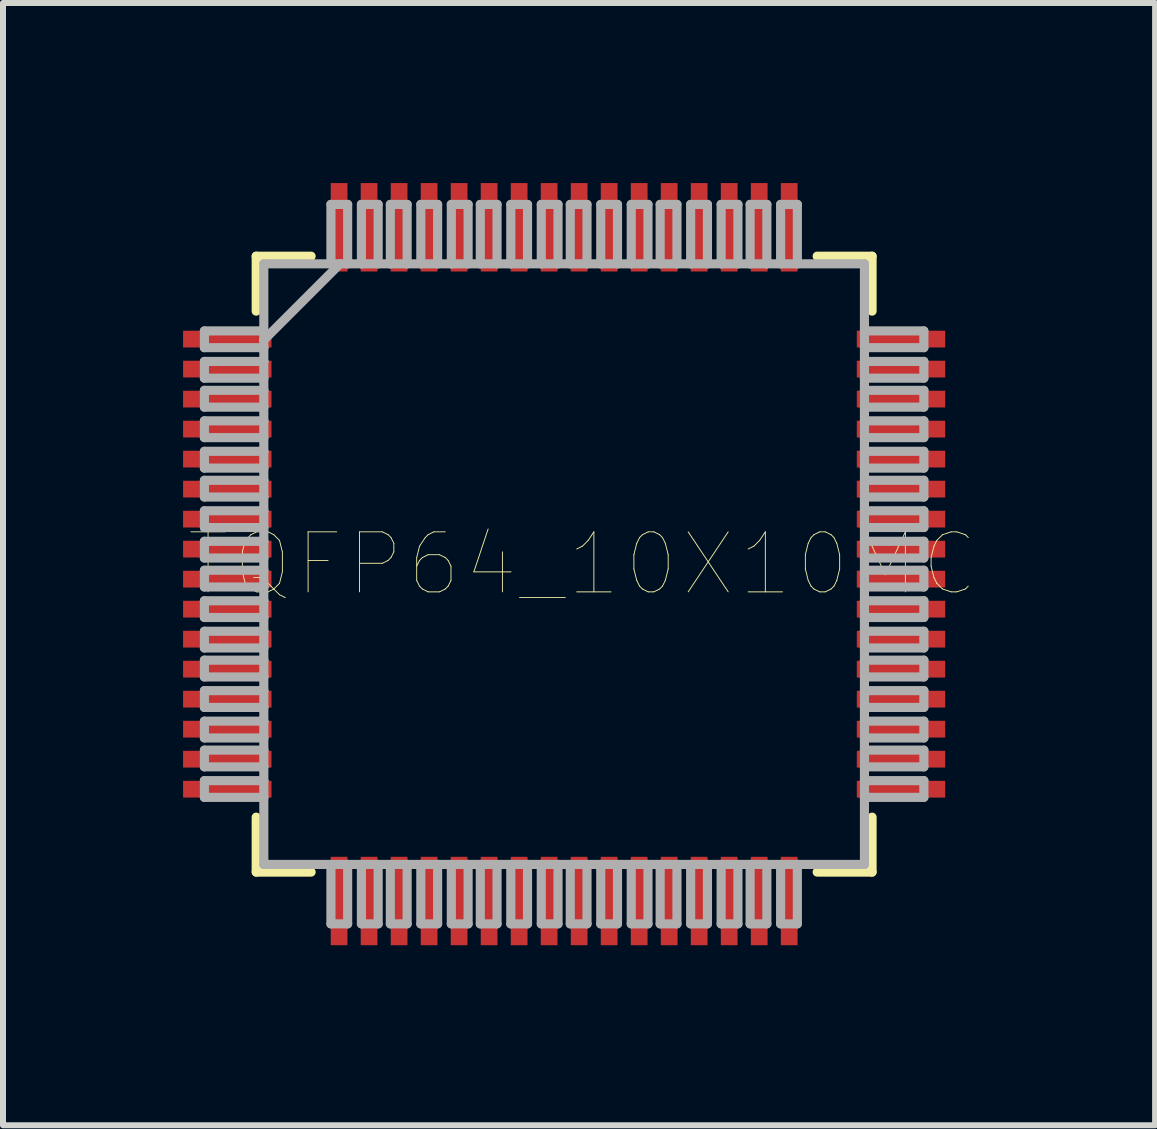
<source format=kicad_pcb>
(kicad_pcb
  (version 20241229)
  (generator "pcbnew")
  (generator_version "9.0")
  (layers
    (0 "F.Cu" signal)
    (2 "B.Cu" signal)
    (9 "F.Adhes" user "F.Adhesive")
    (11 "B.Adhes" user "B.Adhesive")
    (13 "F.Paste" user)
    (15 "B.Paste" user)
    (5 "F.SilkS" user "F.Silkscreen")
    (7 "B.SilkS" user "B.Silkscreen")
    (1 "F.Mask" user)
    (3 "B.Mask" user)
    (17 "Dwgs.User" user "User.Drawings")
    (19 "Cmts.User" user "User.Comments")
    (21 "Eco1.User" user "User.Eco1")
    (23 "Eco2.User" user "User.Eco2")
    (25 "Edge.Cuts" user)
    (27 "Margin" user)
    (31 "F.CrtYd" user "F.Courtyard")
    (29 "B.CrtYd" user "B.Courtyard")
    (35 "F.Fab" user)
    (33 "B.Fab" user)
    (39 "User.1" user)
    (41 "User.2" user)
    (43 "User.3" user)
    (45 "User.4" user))
  (footprint "TQFP64_10X10MC"
    (layer "F.Cu")
    (at 6.35 6.35)
    (property "Reference" "TQFP64_10X10MC" (at 0.305 -0.000001 0) (layer "F.SilkS") (effects (font (size 1 1) (thickness 0.015))))
    (attr through_hole)
    (fp_line (start -5.131 -5.131) (end -5.131 -4.216) (stroke (width 0.152) (type solid)) (layer "F.SilkS"))
    (fp_line (start -5.131 4.216) (end -5.131 5.131) (stroke (width 0.152) (type solid)) (layer "F.SilkS"))
    (fp_line (start -5.131 5.131) (end -4.216 5.131) (stroke (width 0.152) (type solid)) (layer "F.SilkS"))
    (fp_line (start -4.216 -5.131) (end -5.131 -5.131) (stroke (width 0.152) (type solid)) (layer "F.SilkS"))
    (fp_line (start 4.216 5.131) (end 5.131 5.131) (stroke (width 0.152) (type solid)) (layer "F.SilkS"))
    (fp_line (start 5.131 -5.131) (end 4.216 -5.131) (stroke (width 0.152) (type solid)) (layer "F.SilkS"))
    (fp_line (start 5.131 -4.216) (end 5.131 -5.131) (stroke (width 0.152) (type solid)) (layer "F.SilkS"))
    (fp_line (start 5.131 5.131) (end 5.131 4.216) (stroke (width 0.152) (type solid)) (layer "F.SilkS"))
    (fp_line (start -5.994 -3.886) (end -5.994 -3.607) (stroke (width 0.152) (type solid)) (layer "F.Fab"))
    (fp_line (start -5.994 -3.607) (end -5.004 -3.607) (stroke (width 0.152) (type solid)) (layer "F.Fab"))
    (fp_line (start -5.994 -3.378) (end -5.994 -3.099) (stroke (width 0.152) (type solid)) (layer "F.Fab"))
    (fp_line (start -5.994 -3.099) (end -5.004 -3.099) (stroke (width 0.152) (type solid)) (layer "F.Fab"))
    (fp_line (start -5.994 -2.896) (end -5.994 -2.616) (stroke (width 0.152) (type solid)) (layer "F.Fab"))
    (fp_line (start -5.994 -2.616) (end -5.004 -2.616) (stroke (width 0.152) (type solid)) (layer "F.Fab"))
    (fp_line (start -5.994 -2.388) (end -5.994 -2.108) (stroke (width 0.152) (type solid)) (layer "F.Fab"))
    (fp_line (start -5.994 -2.108) (end -5.004 -2.108) (stroke (width 0.152) (type solid)) (layer "F.Fab"))
    (fp_line (start -5.994 -1.88) (end -5.994 -1.6) (stroke (width 0.152) (type solid)) (layer "F.Fab"))
    (fp_line (start -5.994 -1.6) (end -5.004 -1.6) (stroke (width 0.152) (type solid)) (layer "F.Fab"))
    (fp_line (start -5.994 -1.397) (end -5.994 -1.118) (stroke (width 0.152) (type solid)) (layer "F.Fab"))
    (fp_line (start -5.994 -1.118) (end -5.004 -1.118) (stroke (width 0.152) (type solid)) (layer "F.Fab"))
    (fp_line (start -5.994 -0.889) (end -5.994 -0.61) (stroke (width 0.152) (type solid)) (layer "F.Fab"))
    (fp_line (start -5.994 -0.61) (end -5.004 -0.61) (stroke (width 0.152) (type solid)) (layer "F.Fab"))
    (fp_line (start -5.994 -0.381) (end -5.994 -0.102) (stroke (width 0.152) (type solid)) (layer "F.Fab"))
    (fp_line (start -5.994 -0.102) (end -5.004 -0.102) (stroke (width 0.152) (type solid)) (layer "F.Fab"))
    (fp_line (start -5.994 0.102) (end -5.994 0.381) (stroke (width 0.152) (type solid)) (layer "F.Fab"))
    (fp_line (start -5.994 0.381) (end -5.004 0.381) (stroke (width 0.152) (type solid)) (layer "F.Fab"))
    (fp_line (start -5.994 0.61) (end -5.994 0.889) (stroke (width 0.152) (type solid)) (layer "F.Fab"))
    (fp_line (start -5.994 0.889) (end -5.004 0.889) (stroke (width 0.152) (type solid)) (layer "F.Fab"))
    (fp_line (start -5.994 1.118) (end -5.994 1.397) (stroke (width 0.152) (type solid)) (layer "F.Fab"))
    (fp_line (start -5.994 1.397) (end -5.004 1.397) (stroke (width 0.152) (type solid)) (layer "F.Fab"))
    (fp_line (start -5.994 1.6) (end -5.994 1.88) (stroke (width 0.152) (type solid)) (layer "F.Fab"))
    (fp_line (start -5.994 1.88) (end -5.004 1.88) (stroke (width 0.152) (type solid)) (layer "F.Fab"))
    (fp_line (start -5.994 2.108) (end -5.994 2.388) (stroke (width 0.152) (type solid)) (layer "F.Fab"))
    (fp_line (start -5.994 2.388) (end -5.004 2.388) (stroke (width 0.152) (type solid)) (layer "F.Fab"))
    (fp_line (start -5.994 2.616) (end -5.994 2.896) (stroke (width 0.152) (type solid)) (layer "F.Fab"))
    (fp_line (start -5.994 2.896) (end -5.004 2.896) (stroke (width 0.152) (type solid)) (layer "F.Fab"))
    (fp_line (start -5.994 3.099) (end -5.994 3.378) (stroke (width 0.152) (type solid)) (layer "F.Fab"))
    (fp_line (start -5.994 3.378) (end -5.004 3.378) (stroke (width 0.152) (type solid)) (layer "F.Fab"))
    (fp_line (start -5.994 3.607) (end -5.994 3.886) (stroke (width 0.152) (type solid)) (layer "F.Fab"))
    (fp_line (start -5.994 3.886) (end -5.004 3.886) (stroke (width 0.152) (type solid)) (layer "F.Fab"))
    (fp_line (start -5.004 -5.004) (end -5.004 -3.886) (stroke (width 0.152) (type solid)) (layer "F.Fab"))
    (fp_line (start -5.004 -3.886) (end -5.994 -3.886) (stroke (width 0.152) (type solid)) (layer "F.Fab"))
    (fp_line (start -5.004 -3.886) (end -5.004 -3.734) (stroke (width 0.152) (type solid)) (layer "F.Fab"))
    (fp_line (start -5.004 -3.734) (end -5.004 -3.607) (stroke (width 0.152) (type solid)) (layer "F.Fab"))
    (fp_line (start -5.004 -3.734) (end -3.734 -5.004) (stroke (width 0.152) (type solid)) (layer "F.Fab"))
    (fp_line (start -5.004 -3.607) (end -5.004 -3.378) (stroke (width 0.152) (type solid)) (layer "F.Fab"))
    (fp_line (start -5.004 -3.378) (end -5.994 -3.378) (stroke (width 0.152) (type solid)) (layer "F.Fab"))
    (fp_line (start -5.004 -3.378) (end -5.004 -3.099) (stroke (width 0.152) (type solid)) (layer "F.Fab"))
    (fp_line (start -5.004 -3.099) (end -5.004 -2.896) (stroke (width 0.152) (type solid)) (layer "F.Fab"))
    (fp_line (start -5.004 -2.896) (end -5.994 -2.896) (stroke (width 0.152) (type solid)) (layer "F.Fab"))
    (fp_line (start -5.004 -2.896) (end -5.004 -2.616) (stroke (width 0.152) (type solid)) (layer "F.Fab"))
    (fp_line (start -5.004 -2.616) (end -5.004 -2.388) (stroke (width 0.152) (type solid)) (layer "F.Fab"))
    (fp_line (start -5.004 -2.388) (end -5.994 -2.388) (stroke (width 0.152) (type solid)) (layer "F.Fab"))
    (fp_line (start -5.004 -2.388) (end -5.004 -2.108) (stroke (width 0.152) (type solid)) (layer "F.Fab"))
    (fp_line (start -5.004 -2.108) (end -5.004 -1.88) (stroke (width 0.152) (type solid)) (layer "F.Fab"))
    (fp_line (start -5.004 -1.88) (end -5.994 -1.88) (stroke (width 0.152) (type solid)) (layer "F.Fab"))
    (fp_line (start -5.004 -1.88) (end -5.004 -1.6) (stroke (width 0.152) (type solid)) (layer "F.Fab"))
    (fp_line (start -5.004 -1.6) (end -5.004 -1.397) (stroke (width 0.152) (type solid)) (layer "F.Fab"))
    (fp_line (start -5.004 -1.397) (end -5.994 -1.397) (stroke (width 0.152) (type solid)) (layer "F.Fab"))
    (fp_line (start -5.004 -1.397) (end -5.004 -1.118) (stroke (width 0.152) (type solid)) (layer "F.Fab"))
    (fp_line (start -5.004 -1.118) (end -5.004 -0.889) (stroke (width 0.152) (type solid)) (layer "F.Fab"))
    (fp_line (start -5.004 -0.889) (end -5.994 -0.889) (stroke (width 0.152) (type solid)) (layer "F.Fab"))
    (fp_line (start -5.004 -0.889) (end -5.004 -0.61) (stroke (width 0.152) (type solid)) (layer "F.Fab"))
    (fp_line (start -5.004 -0.61) (end -5.004 -0.381) (stroke (width 0.152) (type solid)) (layer "F.Fab"))
    (fp_line (start -5.004 -0.381) (end -5.994 -0.381) (stroke (width 0.152) (type solid)) (layer "F.Fab"))
    (fp_line (start -5.004 -0.381) (end -5.004 -0.102) (stroke (width 0.152) (type solid)) (layer "F.Fab"))
    (fp_line (start -5.004 -0.102) (end -5.004 0.102) (stroke (width 0.152) (type solid)) (layer "F.Fab"))
    (fp_line (start -5.004 0.102) (end -5.994 0.102) (stroke (width 0.152) (type solid)) (layer "F.Fab"))
    (fp_line (start -5.004 0.102) (end -5.004 0.381) (stroke (width 0.152) (type solid)) (layer "F.Fab"))
    (fp_line (start -5.004 0.381) (end -5.004 0.61) (stroke (width 0.152) (type solid)) (layer "F.Fab"))
    (fp_line (start -5.004 0.61) (end -5.994 0.61) (stroke (width 0.152) (type solid)) (layer "F.Fab"))
    (fp_line (start -5.004 0.61) (end -5.004 0.889) (stroke (width 0.152) (type solid)) (layer "F.Fab"))
    (fp_line (start -5.004 0.889) (end -5.004 1.118) (stroke (width 0.152) (type solid)) (layer "F.Fab"))
    (fp_line (start -5.004 1.118) (end -5.994 1.118) (stroke (width 0.152) (type solid)) (layer "F.Fab"))
    (fp_line (start -5.004 1.118) (end -5.004 1.397) (stroke (width 0.152) (type solid)) (layer "F.Fab"))
    (fp_line (start -5.004 1.397) (end -5.004 1.6) (stroke (width 0.152) (type solid)) (layer "F.Fab"))
    (fp_line (start -5.004 1.6) (end -5.994 1.6) (stroke (width 0.152) (type solid)) (layer "F.Fab"))
    (fp_line (start -5.004 1.6) (end -5.004 1.88) (stroke (width 0.152) (type solid)) (layer "F.Fab"))
    (fp_line (start -5.004 1.88) (end -5.004 2.108) (stroke (width 0.152) (type solid)) (layer "F.Fab"))
    (fp_line (start -5.004 2.108) (end -5.994 2.108) (stroke (width 0.152) (type solid)) (layer "F.Fab"))
    (fp_line (start -5.004 2.108) (end -5.004 2.388) (stroke (width 0.152) (type solid)) (layer "F.Fab"))
    (fp_line (start -5.004 2.388) (end -5.004 2.616) (stroke (width 0.152) (type solid)) (layer "F.Fab"))
    (fp_line (start -5.004 2.616) (end -5.994 2.616) (stroke (width 0.152) (type solid)) (layer "F.Fab"))
    (fp_line (start -5.004 2.616) (end -5.004 2.896) (stroke (width 0.152) (type solid)) (layer "F.Fab"))
    (fp_line (start -5.004 2.896) (end -5.004 3.099) (stroke (width 0.152) (type solid)) (layer "F.Fab"))
    (fp_line (start -5.004 3.099) (end -5.994 3.099) (stroke (width 0.152) (type solid)) (layer "F.Fab"))
    (fp_line (start -5.004 3.099) (end -5.004 3.378) (stroke (width 0.152) (type solid)) (layer "F.Fab"))
    (fp_line (start -5.004 3.378) (end -5.004 3.607) (stroke (width 0.152) (type solid)) (layer "F.Fab"))
    (fp_line (start -5.004 3.607) (end -5.994 3.607) (stroke (width 0.152) (type solid)) (layer "F.Fab"))
    (fp_line (start -5.004 3.607) (end -5.004 3.886) (stroke (width 0.152) (type solid)) (layer "F.Fab"))
    (fp_line (start -5.004 3.886) (end -5.004 5.004) (stroke (width 0.152) (type solid)) (layer "F.Fab"))
    (fp_line (start -5.004 5.004) (end -3.886 5.004) (stroke (width 0.152) (type solid)) (layer "F.Fab"))
    (fp_line (start -3.886 -5.994) (end -3.886 -5.004) (stroke (width 0.152) (type solid)) (layer "F.Fab"))
    (fp_line (start -3.886 -5.004) (end -5.004 -5.004) (stroke (width 0.152) (type solid)) (layer "F.Fab"))
    (fp_line (start -3.886 5.004) (end -3.886 5.994) (stroke (width 0.152) (type solid)) (layer "F.Fab"))
    (fp_line (start -3.886 5.004) (end -3.607 5.004) (stroke (width 0.152) (type solid)) (layer "F.Fab"))
    (fp_line (start -3.886 5.994) (end -3.607 5.994) (stroke (width 0.152) (type solid)) (layer "F.Fab"))
    (fp_line (start -3.734 -5.004) (end -3.886 -5.004) (stroke (width 0.152) (type solid)) (layer "F.Fab"))
    (fp_line (start -3.607 -5.994) (end -3.886 -5.994) (stroke (width 0.152) (type solid)) (layer "F.Fab"))
    (fp_line (start -3.607 -5.004) (end -3.734 -5.004) (stroke (width 0.152) (type solid)) (layer "F.Fab"))
    (fp_line (start -3.607 -5.004) (end -3.607 -5.994) (stroke (width 0.152) (type solid)) (layer "F.Fab"))
    (fp_line (start -3.607 5.004) (end -3.378 5.004) (stroke (width 0.152) (type solid)) (layer "F.Fab"))
    (fp_line (start -3.607 5.994) (end -3.607 5.004) (stroke (width 0.152) (type solid)) (layer "F.Fab"))
    (fp_line (start -3.378 -5.994) (end -3.378 -5.004) (stroke (width 0.152) (type solid)) (layer "F.Fab"))
    (fp_line (start -3.378 -5.004) (end -3.607 -5.004) (stroke (width 0.152) (type solid)) (layer "F.Fab"))
    (fp_line (start -3.378 5.004) (end -3.378 5.994) (stroke (width 0.152) (type solid)) (layer "F.Fab"))
    (fp_line (start -3.378 5.004) (end -3.099 5.004) (stroke (width 0.152) (type solid)) (layer "F.Fab"))
    (fp_line (start -3.378 5.994) (end -3.099 5.994) (stroke (width 0.152) (type solid)) (layer "F.Fab"))
    (fp_line (start -3.099 -5.994) (end -3.378 -5.994) (stroke (width 0.152) (type solid)) (layer "F.Fab"))
    (fp_line (start -3.099 -5.004) (end -3.378 -5.004) (stroke (width 0.152) (type solid)) (layer "F.Fab"))
    (fp_line (start -3.099 -5.004) (end -3.099 -5.994) (stroke (width 0.152) (type solid)) (layer "F.Fab"))
    (fp_line (start -3.099 5.004) (end -2.896 5.004) (stroke (width 0.152) (type solid)) (layer "F.Fab"))
    (fp_line (start -3.099 5.994) (end -3.099 5.004) (stroke (width 0.152) (type solid)) (layer "F.Fab"))
    (fp_line (start -2.896 -5.994) (end -2.896 -5.004) (stroke (width 0.152) (type solid)) (layer "F.Fab"))
    (fp_line (start -2.896 -5.004) (end -3.099 -5.004) (stroke (width 0.152) (type solid)) (layer "F.Fab"))
    (fp_line (start -2.896 5.004) (end -2.896 5.994) (stroke (width 0.152) (type solid)) (layer "F.Fab"))
    (fp_line (start -2.896 5.004) (end -2.616 5.004) (stroke (width 0.152) (type solid)) (layer "F.Fab"))
    (fp_line (start -2.896 5.994) (end -2.616 5.994) (stroke (width 0.152) (type solid)) (layer "F.Fab"))
    (fp_line (start -2.616 -5.994) (end -2.896 -5.994) (stroke (width 0.152) (type solid)) (layer "F.Fab"))
    (fp_line (start -2.616 -5.004) (end -2.896 -5.004) (stroke (width 0.152) (type solid)) (layer "F.Fab"))
    (fp_line (start -2.616 -5.004) (end -2.616 -5.994) (stroke (width 0.152) (type solid)) (layer "F.Fab"))
    (fp_line (start -2.616 5.004) (end -2.388 5.004) (stroke (width 0.152) (type solid)) (layer "F.Fab"))
    (fp_line (start -2.616 5.994) (end -2.616 5.004) (stroke (width 0.152) (type solid)) (layer "F.Fab"))
    (fp_line (start -2.388 -5.994) (end -2.388 -5.004) (stroke (width 0.152) (type solid)) (layer "F.Fab"))
    (fp_line (start -2.388 -5.004) (end -2.616 -5.004) (stroke (width 0.152) (type solid)) (layer "F.Fab"))
    (fp_line (start -2.388 5.004) (end -2.388 5.994) (stroke (width 0.152) (type solid)) (layer "F.Fab"))
    (fp_line (start -2.388 5.004) (end -2.108 5.004) (stroke (width 0.152) (type solid)) (layer "F.Fab"))
    (fp_line (start -2.388 5.994) (end -2.108 5.994) (stroke (width 0.152) (type solid)) (layer "F.Fab"))
    (fp_line (start -2.108 -5.994) (end -2.388 -5.994) (stroke (width 0.152) (type solid)) (layer "F.Fab"))
    (fp_line (start -2.108 -5.004) (end -2.388 -5.004) (stroke (width 0.152) (type solid)) (layer "F.Fab"))
    (fp_line (start -2.108 -5.004) (end -2.108 -5.994) (stroke (width 0.152) (type solid)) (layer "F.Fab"))
    (fp_line (start -2.108 5.004) (end -1.88 5.004) (stroke (width 0.152) (type solid)) (layer "F.Fab"))
    (fp_line (start -2.108 5.994) (end -2.108 5.004) (stroke (width 0.152) (type solid)) (layer "F.Fab"))
    (fp_line (start -1.88 -5.994) (end -1.88 -5.004) (stroke (width 0.152) (type solid)) (layer "F.Fab"))
    (fp_line (start -1.88 -5.004) (end -2.108 -5.004) (stroke (width 0.152) (type solid)) (layer "F.Fab"))
    (fp_line (start -1.88 5.004) (end -1.88 5.994) (stroke (width 0.152) (type solid)) (layer "F.Fab"))
    (fp_line (start -1.88 5.004) (end -1.6 5.004) (stroke (width 0.152) (type solid)) (layer "F.Fab"))
    (fp_line (start -1.88 5.994) (end -1.6 5.994) (stroke (width 0.152) (type solid)) (layer "F.Fab"))
    (fp_line (start -1.6 -5.994) (end -1.88 -5.994) (stroke (width 0.152) (type solid)) (layer "F.Fab"))
    (fp_line (start -1.6 -5.004) (end -1.88 -5.004) (stroke (width 0.152) (type solid)) (layer "F.Fab"))
    (fp_line (start -1.6 -5.004) (end -1.6 -5.994) (stroke (width 0.152) (type solid)) (layer "F.Fab"))
    (fp_line (start -1.6 5.004) (end -1.397 5.004) (stroke (width 0.152) (type solid)) (layer "F.Fab"))
    (fp_line (start -1.6 5.994) (end -1.6 5.004) (stroke (width 0.152) (type solid)) (layer "F.Fab"))
    (fp_line (start -1.397 -5.994) (end -1.397 -5.004) (stroke (width 0.152) (type solid)) (layer "F.Fab"))
    (fp_line (start -1.397 -5.004) (end -1.6 -5.004) (stroke (width 0.152) (type solid)) (layer "F.Fab"))
    (fp_line (start -1.397 5.004) (end -1.397 5.994) (stroke (width 0.152) (type solid)) (layer "F.Fab"))
    (fp_line (start -1.397 5.004) (end -1.118 5.004) (stroke (width 0.152) (type solid)) (layer "F.Fab"))
    (fp_line (start -1.397 5.994) (end -1.118 5.994) (stroke (width 0.152) (type solid)) (layer "F.Fab"))
    (fp_line (start -1.118 -5.994) (end -1.397 -5.994) (stroke (width 0.152) (type solid)) (layer "F.Fab"))
    (fp_line (start -1.118 -5.004) (end -1.397 -5.004) (stroke (width 0.152) (type solid)) (layer "F.Fab"))
    (fp_line (start -1.118 -5.004) (end -1.118 -5.994) (stroke (width 0.152) (type solid)) (layer "F.Fab"))
    (fp_line (start -1.118 5.004) (end -0.889 5.004) (stroke (width 0.152) (type solid)) (layer "F.Fab"))
    (fp_line (start -1.118 5.994) (end -1.118 5.004) (stroke (width 0.152) (type solid)) (layer "F.Fab"))
    (fp_line (start -0.889 -5.994) (end -0.889 -5.004) (stroke (width 0.152) (type solid)) (layer "F.Fab"))
    (fp_line (start -0.889 -5.004) (end -1.118 -5.004) (stroke (width 0.152) (type solid)) (layer "F.Fab"))
    (fp_line (start -0.889 5.004) (end -0.889 5.994) (stroke (width 0.152) (type solid)) (layer "F.Fab"))
    (fp_line (start -0.889 5.004) (end -0.61 5.004) (stroke (width 0.152) (type solid)) (layer "F.Fab"))
    (fp_line (start -0.889 5.994) (end -0.61 5.994) (stroke (width 0.152) (type solid)) (layer "F.Fab"))
    (fp_line (start -0.61 -5.994) (end -0.889 -5.994) (stroke (width 0.152) (type solid)) (layer "F.Fab"))
    (fp_line (start -0.61 -5.004) (end -0.889 -5.004) (stroke (width 0.152) (type solid)) (layer "F.Fab"))
    (fp_line (start -0.61 -5.004) (end -0.61 -5.994) (stroke (width 0.152) (type solid)) (layer "F.Fab"))
    (fp_line (start -0.61 5.004) (end -0.381 5.004) (stroke (width 0.152) (type solid)) (layer "F.Fab"))
    (fp_line (start -0.61 5.994) (end -0.61 5.004) (stroke (width 0.152) (type solid)) (layer "F.Fab"))
    (fp_line (start -0.381 -5.994) (end -0.381 -5.004) (stroke (width 0.152) (type solid)) (layer "F.Fab"))
    (fp_line (start -0.381 -5.004) (end -0.61 -5.004) (stroke (width 0.152) (type solid)) (layer "F.Fab"))
    (fp_line (start -0.381 5.004) (end -0.381 5.994) (stroke (width 0.152) (type solid)) (layer "F.Fab"))
    (fp_line (start -0.381 5.004) (end -0.102 5.004) (stroke (width 0.152) (type solid)) (layer "F.Fab"))
    (fp_line (start -0.381 5.994) (end -0.102 5.994) (stroke (width 0.152) (type solid)) (layer "F.Fab"))
    (fp_line (start -0.102 -5.994) (end -0.381 -5.994) (stroke (width 0.152) (type solid)) (layer "F.Fab"))
    (fp_line (start -0.102 -5.004) (end -0.381 -5.004) (stroke (width 0.152) (type solid)) (layer "F.Fab"))
    (fp_line (start -0.102 -5.004) (end -0.102 -5.994) (stroke (width 0.152) (type solid)) (layer "F.Fab"))
    (fp_line (start -0.102 5.004) (end 0.102 5.004) (stroke (width 0.152) (type solid)) (layer "F.Fab"))
    (fp_line (start -0.102 5.994) (end -0.102 5.004) (stroke (width 0.152) (type solid)) (layer "F.Fab"))
    (fp_line (start 0.102 -5.994) (end 0.102 -5.004) (stroke (width 0.152) (type solid)) (layer "F.Fab"))
    (fp_line (start 0.102 -5.004) (end -0.102 -5.004) (stroke (width 0.152) (type solid)) (layer "F.Fab"))
    (fp_line (start 0.102 5.004) (end 0.102 5.994) (stroke (width 0.152) (type solid)) (layer "F.Fab"))
    (fp_line (start 0.102 5.004) (end 0.381 5.004) (stroke (width 0.152) (type solid)) (layer "F.Fab"))
    (fp_line (start 0.102 5.994) (end 0.381 5.994) (stroke (width 0.152) (type solid)) (layer "F.Fab"))
    (fp_line (start 0.381 -5.994) (end 0.102 -5.994) (stroke (width 0.152) (type solid)) (layer "F.Fab"))
    (fp_line (start 0.381 -5.004) (end 0.102 -5.004) (stroke (width 0.152) (type solid)) (layer "F.Fab"))
    (fp_line (start 0.381 -5.004) (end 0.381 -5.994) (stroke (width 0.152) (type solid)) (layer "F.Fab"))
    (fp_line (start 0.381 5.004) (end 0.61 5.004) (stroke (width 0.152) (type solid)) (layer "F.Fab"))
    (fp_line (start 0.381 5.994) (end 0.381 5.004) (stroke (width 0.152) (type solid)) (layer "F.Fab"))
    (fp_line (start 0.61 -5.994) (end 0.61 -5.004) (stroke (width 0.152) (type solid)) (layer "F.Fab"))
    (fp_line (start 0.61 -5.004) (end 0.381 -5.004) (stroke (width 0.152) (type solid)) (layer "F.Fab"))
    (fp_line (start 0.61 5.004) (end 0.61 5.994) (stroke (width 0.152) (type solid)) (layer "F.Fab"))
    (fp_line (start 0.61 5.004) (end 0.889 5.004) (stroke (width 0.152) (type solid)) (layer "F.Fab"))
    (fp_line (start 0.61 5.994) (end 0.889 5.994) (stroke (width 0.152) (type solid)) (layer "F.Fab"))
    (fp_line (start 0.889 -5.994) (end 0.61 -5.994) (stroke (width 0.152) (type solid)) (layer "F.Fab"))
    (fp_line (start 0.889 -5.004) (end 0.61 -5.004) (stroke (width 0.152) (type solid)) (layer "F.Fab"))
    (fp_line (start 0.889 -5.004) (end 0.889 -5.994) (stroke (width 0.152) (type solid)) (layer "F.Fab"))
    (fp_line (start 0.889 5.004) (end 1.118 5.004) (stroke (width 0.152) (type solid)) (layer "F.Fab"))
    (fp_line (start 0.889 5.994) (end 0.889 5.004) (stroke (width 0.152) (type solid)) (layer "F.Fab"))
    (fp_line (start 1.118 -5.994) (end 1.118 -5.004) (stroke (width 0.152) (type solid)) (layer "F.Fab"))
    (fp_line (start 1.118 -5.004) (end 0.889 -5.004) (stroke (width 0.152) (type solid)) (layer "F.Fab"))
    (fp_line (start 1.118 5.004) (end 1.118 5.994) (stroke (width 0.152) (type solid)) (layer "F.Fab"))
    (fp_line (start 1.118 5.004) (end 1.397 5.004) (stroke (width 0.152) (type solid)) (layer "F.Fab"))
    (fp_line (start 1.118 5.994) (end 1.397 5.994) (stroke (width 0.152) (type solid)) (layer "F.Fab"))
    (fp_line (start 1.397 -5.994) (end 1.118 -5.994) (stroke (width 0.152) (type solid)) (layer "F.Fab"))
    (fp_line (start 1.397 -5.004) (end 1.118 -5.004) (stroke (width 0.152) (type solid)) (layer "F.Fab"))
    (fp_line (start 1.397 -5.004) (end 1.397 -5.994) (stroke (width 0.152) (type solid)) (layer "F.Fab"))
    (fp_line (start 1.397 5.004) (end 1.6 5.004) (stroke (width 0.152) (type solid)) (layer "F.Fab"))
    (fp_line (start 1.397 5.994) (end 1.397 5.004) (stroke (width 0.152) (type solid)) (layer "F.Fab"))
    (fp_line (start 1.6 -5.994) (end 1.6 -5.004) (stroke (width 0.152) (type solid)) (layer "F.Fab"))
    (fp_line (start 1.6 -5.004) (end 1.397 -5.004) (stroke (width 0.152) (type solid)) (layer "F.Fab"))
    (fp_line (start 1.6 5.004) (end 1.6 5.994) (stroke (width 0.152) (type solid)) (layer "F.Fab"))
    (fp_line (start 1.6 5.004) (end 1.88 5.004) (stroke (width 0.152) (type solid)) (layer "F.Fab"))
    (fp_line (start 1.6 5.994) (end 1.88 5.994) (stroke (width 0.152) (type solid)) (layer "F.Fab"))
    (fp_line (start 1.88 -5.994) (end 1.6 -5.994) (stroke (width 0.152) (type solid)) (layer "F.Fab"))
    (fp_line (start 1.88 -5.004) (end 1.6 -5.004) (stroke (width 0.152) (type solid)) (layer "F.Fab"))
    (fp_line (start 1.88 -5.004) (end 1.88 -5.994) (stroke (width 0.152) (type solid)) (layer "F.Fab"))
    (fp_line (start 1.88 5.004) (end 2.108 5.004) (stroke (width 0.152) (type solid)) (layer "F.Fab"))
    (fp_line (start 1.88 5.994) (end 1.88 5.004) (stroke (width 0.152) (type solid)) (layer "F.Fab"))
    (fp_line (start 2.108 -5.994) (end 2.108 -5.004) (stroke (width 0.152) (type solid)) (layer "F.Fab"))
    (fp_line (start 2.108 -5.004) (end 1.88 -5.004) (stroke (width 0.152) (type solid)) (layer "F.Fab"))
    (fp_line (start 2.108 5.004) (end 2.108 5.994) (stroke (width 0.152) (type solid)) (layer "F.Fab"))
    (fp_line (start 2.108 5.004) (end 2.388 5.004) (stroke (width 0.152) (type solid)) (layer "F.Fab"))
    (fp_line (start 2.108 5.994) (end 2.388 5.994) (stroke (width 0.152) (type solid)) (layer "F.Fab"))
    (fp_line (start 2.388 -5.994) (end 2.108 -5.994) (stroke (width 0.152) (type solid)) (layer "F.Fab"))
    (fp_line (start 2.388 -5.004) (end 2.108 -5.004) (stroke (width 0.152) (type solid)) (layer "F.Fab"))
    (fp_line (start 2.388 -5.004) (end 2.388 -5.994) (stroke (width 0.152) (type solid)) (layer "F.Fab"))
    (fp_line (start 2.388 5.004) (end 2.616 5.004) (stroke (width 0.152) (type solid)) (layer "F.Fab"))
    (fp_line (start 2.388 5.994) (end 2.388 5.004) (stroke (width 0.152) (type solid)) (layer "F.Fab"))
    (fp_line (start 2.616 -5.994) (end 2.616 -5.004) (stroke (width 0.152) (type solid)) (layer "F.Fab"))
    (fp_line (start 2.616 -5.004) (end 2.388 -5.004) (stroke (width 0.152) (type solid)) (layer "F.Fab"))
    (fp_line (start 2.616 5.004) (end 2.616 5.994) (stroke (width 0.152) (type solid)) (layer "F.Fab"))
    (fp_line (start 2.616 5.004) (end 2.896 5.004) (stroke (width 0.152) (type solid)) (layer "F.Fab"))
    (fp_line (start 2.616 5.994) (end 2.896 5.994) (stroke (width 0.152) (type solid)) (layer "F.Fab"))
    (fp_line (start 2.896 -5.994) (end 2.616 -5.994) (stroke (width 0.152) (type solid)) (layer "F.Fab"))
    (fp_line (start 2.896 -5.004) (end 2.616 -5.004) (stroke (width 0.152) (type solid)) (layer "F.Fab"))
    (fp_line (start 2.896 -5.004) (end 2.896 -5.994) (stroke (width 0.152) (type solid)) (layer "F.Fab"))
    (fp_line (start 2.896 5.004) (end 3.099 5.004) (stroke (width 0.152) (type solid)) (layer "F.Fab"))
    (fp_line (start 2.896 5.994) (end 2.896 5.004) (stroke (width 0.152) (type solid)) (layer "F.Fab"))
    (fp_line (start 3.099 -5.994) (end 3.099 -5.004) (stroke (width 0.152) (type solid)) (layer "F.Fab"))
    (fp_line (start 3.099 -5.004) (end 2.896 -5.004) (stroke (width 0.152) (type solid)) (layer "F.Fab"))
    (fp_line (start 3.099 5.004) (end 3.099 5.994) (stroke (width 0.152) (type solid)) (layer "F.Fab"))
    (fp_line (start 3.099 5.004) (end 3.378 5.004) (stroke (width 0.152) (type solid)) (layer "F.Fab"))
    (fp_line (start 3.099 5.994) (end 3.378 5.994) (stroke (width 0.152) (type solid)) (layer "F.Fab"))
    (fp_line (start 3.378 -5.994) (end 3.099 -5.994) (stroke (width 0.152) (type solid)) (layer "F.Fab"))
    (fp_line (start 3.378 -5.004) (end 3.099 -5.004) (stroke (width 0.152) (type solid)) (layer "F.Fab"))
    (fp_line (start 3.378 -5.004) (end 3.378 -5.994) (stroke (width 0.152) (type solid)) (layer "F.Fab"))
    (fp_line (start 3.378 5.004) (end 3.607 5.004) (stroke (width 0.152) (type solid)) (layer "F.Fab"))
    (fp_line (start 3.378 5.994) (end 3.378 5.004) (stroke (width 0.152) (type solid)) (layer "F.Fab"))
    (fp_line (start 3.607 -5.994) (end 3.607 -5.004) (stroke (width 0.152) (type solid)) (layer "F.Fab"))
    (fp_line (start 3.607 -5.004) (end 3.378 -5.004) (stroke (width 0.152) (type solid)) (layer "F.Fab"))
    (fp_line (start 3.607 5.004) (end 3.607 5.994) (stroke (width 0.152) (type solid)) (layer "F.Fab"))
    (fp_line (start 3.607 5.004) (end 3.886 5.004) (stroke (width 0.152) (type solid)) (layer "F.Fab"))
    (fp_line (start 3.607 5.994) (end 3.886 5.994) (stroke (width 0.152) (type solid)) (layer "F.Fab"))
    (fp_line (start 3.886 -5.994) (end 3.607 -5.994) (stroke (width 0.152) (type solid)) (layer "F.Fab"))
    (fp_line (start 3.886 -5.004) (end 3.607 -5.004) (stroke (width 0.152) (type solid)) (layer "F.Fab"))
    (fp_line (start 3.886 -5.004) (end 3.886 -5.994) (stroke (width 0.152) (type solid)) (layer "F.Fab"))
    (fp_line (start 3.886 5.004) (end 5.004 5.004) (stroke (width 0.152) (type solid)) (layer "F.Fab"))
    (fp_line (start 3.886 5.994) (end 3.886 5.004) (stroke (width 0.152) (type solid)) (layer "F.Fab"))
    (fp_line (start 5.004 -5.004) (end 3.886 -5.004) (stroke (width 0.152) (type solid)) (layer "F.Fab"))
    (fp_line (start 5.004 -3.886) (end 5.004 -5.004) (stroke (width 0.152) (type solid)) (layer "F.Fab"))
    (fp_line (start 5.004 -3.886) (end 5.004 -3.607) (stroke (width 0.152) (type solid)) (layer "F.Fab"))
    (fp_line (start 5.004 -3.607) (end 5.994 -3.607) (stroke (width 0.152) (type solid)) (layer "F.Fab"))
    (fp_line (start 5.004 -3.378) (end 5.004 -3.607) (stroke (width 0.152) (type solid)) (layer "F.Fab"))
    (fp_line (start 5.004 -3.378) (end 5.004 -3.099) (stroke (width 0.152) (type solid)) (layer "F.Fab"))
    (fp_line (start 5.004 -3.099) (end 5.994 -3.099) (stroke (width 0.152) (type solid)) (layer "F.Fab"))
    (fp_line (start 5.004 -2.896) (end 5.004 -3.099) (stroke (width 0.152) (type solid)) (layer "F.Fab"))
    (fp_line (start 5.004 -2.896) (end 5.004 -2.616) (stroke (width 0.152) (type solid)) (layer "F.Fab"))
    (fp_line (start 5.004 -2.616) (end 5.994 -2.616) (stroke (width 0.152) (type solid)) (layer "F.Fab"))
    (fp_line (start 5.004 -2.388) (end 5.004 -2.616) (stroke (width 0.152) (type solid)) (layer "F.Fab"))
    (fp_line (start 5.004 -2.388) (end 5.004 -2.108) (stroke (width 0.152) (type solid)) (layer "F.Fab"))
    (fp_line (start 5.004 -2.108) (end 5.994 -2.108) (stroke (width 0.152) (type solid)) (layer "F.Fab"))
    (fp_line (start 5.004 -1.88) (end 5.004 -2.108) (stroke (width 0.152) (type solid)) (layer "F.Fab"))
    (fp_line (start 5.004 -1.88) (end 5.004 -1.6) (stroke (width 0.152) (type solid)) (layer "F.Fab"))
    (fp_line (start 5.004 -1.6) (end 5.994 -1.6) (stroke (width 0.152) (type solid)) (layer "F.Fab"))
    (fp_line (start 5.004 -1.397) (end 5.004 -1.6) (stroke (width 0.152) (type solid)) (layer "F.Fab"))
    (fp_line (start 5.004 -1.397) (end 5.004 -1.118) (stroke (width 0.152) (type solid)) (layer "F.Fab"))
    (fp_line (start 5.004 -1.118) (end 5.994 -1.118) (stroke (width 0.152) (type solid)) (layer "F.Fab"))
    (fp_line (start 5.004 -0.889) (end 5.004 -1.118) (stroke (width 0.152) (type solid)) (layer "F.Fab"))
    (fp_line (start 5.004 -0.889) (end 5.004 -0.61) (stroke (width 0.152) (type solid)) (layer "F.Fab"))
    (fp_line (start 5.004 -0.61) (end 5.994 -0.61) (stroke (width 0.152) (type solid)) (layer "F.Fab"))
    (fp_line (start 5.004 -0.381) (end 5.004 -0.61) (stroke (width 0.152) (type solid)) (layer "F.Fab"))
    (fp_line (start 5.004 -0.381) (end 5.004 -0.102) (stroke (width 0.152) (type solid)) (layer "F.Fab"))
    (fp_line (start 5.004 -0.102) (end 5.994 -0.102) (stroke (width 0.152) (type solid)) (layer "F.Fab"))
    (fp_line (start 5.004 0.102) (end 5.004 -0.102) (stroke (width 0.152) (type solid)) (layer "F.Fab"))
    (fp_line (start 5.004 0.102) (end 5.004 0.381) (stroke (width 0.152) (type solid)) (layer "F.Fab"))
    (fp_line (start 5.004 0.381) (end 5.994 0.381) (stroke (width 0.152) (type solid)) (layer "F.Fab"))
    (fp_line (start 5.004 0.61) (end 5.004 0.381) (stroke (width 0.152) (type solid)) (layer "F.Fab"))
    (fp_line (start 5.004 0.61) (end 5.004 0.889) (stroke (width 0.152) (type solid)) (layer "F.Fab"))
    (fp_line (start 5.004 0.889) (end 5.994 0.889) (stroke (width 0.152) (type solid)) (layer "F.Fab"))
    (fp_line (start 5.004 1.118) (end 5.004 0.889) (stroke (width 0.152) (type solid)) (layer "F.Fab"))
    (fp_line (start 5.004 1.118) (end 5.004 1.397) (stroke (width 0.152) (type solid)) (layer "F.Fab"))
    (fp_line (start 5.004 1.397) (end 5.994 1.397) (stroke (width 0.152) (type solid)) (layer "F.Fab"))
    (fp_line (start 5.004 1.6) (end 5.004 1.397) (stroke (width 0.152) (type solid)) (layer "F.Fab"))
    (fp_line (start 5.004 1.88) (end 5.004 1.6) (stroke (width 0.152) (type solid)) (layer "F.Fab"))
    (fp_line (start 5.004 1.88) (end 5.994 1.88) (stroke (width 0.152) (type solid)) (layer "F.Fab"))
    (fp_line (start 5.004 2.108) (end 5.004 1.88) (stroke (width 0.152) (type solid)) (layer "F.Fab"))
    (fp_line (start 5.004 2.388) (end 5.004 2.108) (stroke (width 0.152) (type solid)) (layer "F.Fab"))
    (fp_line (start 5.004 2.388) (end 5.994 2.388) (stroke (width 0.152) (type solid)) (layer "F.Fab"))
    (fp_line (start 5.004 2.616) (end 5.004 2.388) (stroke (width 0.152) (type solid)) (layer "F.Fab"))
    (fp_line (start 5.004 2.896) (end 5.004 2.616) (stroke (width 0.152) (type solid)) (layer "F.Fab"))
    (fp_line (start 5.004 2.896) (end 5.994 2.896) (stroke (width 0.152) (type solid)) (layer "F.Fab"))
    (fp_line (start 5.004 3.099) (end 5.004 2.896) (stroke (width 0.152) (type solid)) (layer "F.Fab"))
    (fp_line (start 5.004 3.378) (end 5.004 3.099) (stroke (width 0.152) (type solid)) (layer "F.Fab"))
    (fp_line (start 5.004 3.378) (end 5.994 3.378) (stroke (width 0.152) (type solid)) (layer "F.Fab"))
    (fp_line (start 5.004 3.607) (end 5.004 3.378) (stroke (width 0.152) (type solid)) (layer "F.Fab"))
    (fp_line (start 5.004 3.886) (end 5.004 3.607) (stroke (width 0.152) (type solid)) (layer "F.Fab"))
    (fp_line (start 5.004 3.886) (end 5.994 3.886) (stroke (width 0.152) (type solid)) (layer "F.Fab"))
    (fp_line (start 5.004 5.004) (end 5.004 3.886) (stroke (width 0.152) (type solid)) (layer "F.Fab"))
    (fp_line (start 5.994 -3.886) (end 5.004 -3.886) (stroke (width 0.152) (type solid)) (layer "F.Fab"))
    (fp_line (start 5.994 -3.607) (end 5.994 -3.886) (stroke (width 0.152) (type solid)) (layer "F.Fab"))
    (fp_line (start 5.994 -3.378) (end 5.004 -3.378) (stroke (width 0.152) (type solid)) (layer "F.Fab"))
    (fp_line (start 5.994 -3.099) (end 5.994 -3.378) (stroke (width 0.152) (type solid)) (layer "F.Fab"))
    (fp_line (start 5.994 -2.896) (end 5.004 -2.896) (stroke (width 0.152) (type solid)) (layer "F.Fab"))
    (fp_line (start 5.994 -2.616) (end 5.994 -2.896) (stroke (width 0.152) (type solid)) (layer "F.Fab"))
    (fp_line (start 5.994 -2.388) (end 5.004 -2.388) (stroke (width 0.152) (type solid)) (layer "F.Fab"))
    (fp_line (start 5.994 -2.108) (end 5.994 -2.388) (stroke (width 0.152) (type solid)) (layer "F.Fab"))
    (fp_line (start 5.994 -1.88) (end 5.004 -1.88) (stroke (width 0.152) (type solid)) (layer "F.Fab"))
    (fp_line (start 5.994 -1.6) (end 5.994 -1.88) (stroke (width 0.152) (type solid)) (layer "F.Fab"))
    (fp_line (start 5.994 -1.397) (end 5.004 -1.397) (stroke (width 0.152) (type solid)) (layer "F.Fab"))
    (fp_line (start 5.994 -1.118) (end 5.994 -1.397) (stroke (width 0.152) (type solid)) (layer "F.Fab"))
    (fp_line (start 5.994 -0.889) (end 5.004 -0.889) (stroke (width 0.152) (type solid)) (layer "F.Fab"))
    (fp_line (start 5.994 -0.61) (end 5.994 -0.889) (stroke (width 0.152) (type solid)) (layer "F.Fab"))
    (fp_line (start 5.994 -0.381) (end 5.004 -0.381) (stroke (width 0.152) (type solid)) (layer "F.Fab"))
    (fp_line (start 5.994 -0.102) (end 5.994 -0.381) (stroke (width 0.152) (type solid)) (layer "F.Fab"))
    (fp_line (start 5.994 0.102) (end 5.004 0.102) (stroke (width 0.152) (type solid)) (layer "F.Fab"))
    (fp_line (start 5.994 0.381) (end 5.994 0.102) (stroke (width 0.152) (type solid)) (layer "F.Fab"))
    (fp_line (start 5.994 0.61) (end 5.004 0.61) (stroke (width 0.152) (type solid)) (layer "F.Fab"))
    (fp_line (start 5.994 0.889) (end 5.994 0.61) (stroke (width 0.152) (type solid)) (layer "F.Fab"))
    (fp_line (start 5.994 1.118) (end 5.004 1.118) (stroke (width 0.152) (type solid)) (layer "F.Fab"))
    (fp_line (start 5.994 1.397) (end 5.994 1.118) (stroke (width 0.152) (type solid)) (layer "F.Fab"))
    (fp_line (start 5.994 1.6) (end 5.004 1.6) (stroke (width 0.152) (type solid)) (layer "F.Fab"))
    (fp_line (start 5.994 1.88) (end 5.994 1.6) (stroke (width 0.152) (type solid)) (layer "F.Fab"))
    (fp_line (start 5.994 2.108) (end 5.004 2.108) (stroke (width 0.152) (type solid)) (layer "F.Fab"))
    (fp_line (start 5.994 2.388) (end 5.994 2.108) (stroke (width 0.152) (type solid)) (layer "F.Fab"))
    (fp_line (start 5.994 2.616) (end 5.004 2.616) (stroke (width 0.152) (type solid)) (layer "F.Fab"))
    (fp_line (start 5.994 2.896) (end 5.994 2.616) (stroke (width 0.152) (type solid)) (layer "F.Fab"))
    (fp_line (start 5.994 3.099) (end 5.004 3.099) (stroke (width 0.152) (type solid)) (layer "F.Fab"))
    (fp_line (start 5.994 3.378) (end 5.994 3.099) (stroke (width 0.152) (type solid)) (layer "F.Fab"))
    (fp_line (start 5.994 3.607) (end 5.004 3.607) (stroke (width 0.152) (type solid)) (layer "F.Fab"))
    (fp_line (start 5.994 3.886) (end 5.994 3.607) (stroke (width 0.152) (type solid)) (layer "F.Fab"))
    (pad "1" smd rect (at -5.613 -3.75) (size 1.473 0.279) (layers "F.Cu" "F.Mask" "F.Paste"))
    (pad "2" smd rect (at -5.613 -3.25) (size 1.473 0.279) (layers "F.Cu" "F.Mask" "F.Paste"))
    (pad "3" smd rect (at -5.613 -2.75) (size 1.473 0.279) (layers "F.Cu" "F.Mask" "F.Paste"))
    (pad "4" smd rect (at -5.613 -2.25) (size 1.473 0.279) (layers "F.Cu" "F.Mask" "F.Paste"))
    (pad "5" smd rect (at -5.613 -1.75) (size 1.473 0.279) (layers "F.Cu" "F.Mask" "F.Paste"))
    (pad "6" smd rect (at -5.613 -1.25) (size 1.473 0.279) (layers "F.Cu" "F.Mask" "F.Paste"))
    (pad "7" smd rect (at -5.613 -0.75) (size 1.473 0.279) (layers "F.Cu" "F.Mask" "F.Paste"))
    (pad "8" smd rect (at -5.613 -0.25) (size 1.473 0.279) (layers "F.Cu" "F.Mask" "F.Paste"))
    (pad "9" smd rect (at -5.613 0.25) (size 1.473 0.279) (layers "F.Cu" "F.Mask" "F.Paste"))
    (pad "10" smd rect (at -5.613 0.75) (size 1.473 0.279) (layers "F.Cu" "F.Mask" "F.Paste"))
    (pad "11" smd rect (at -5.613 1.25) (size 1.473 0.279) (layers "F.Cu" "F.Mask" "F.Paste"))
    (pad "12" smd rect (at -5.613 1.75) (size 1.473 0.279) (layers "F.Cu" "F.Mask" "F.Paste"))
    (pad "13" smd rect (at -5.613 2.25) (size 1.473 0.279) (layers "F.Cu" "F.Mask" "F.Paste"))
    (pad "14" smd rect (at -5.613 2.75) (size 1.473 0.279) (layers "F.Cu" "F.Mask" "F.Paste"))
    (pad "15" smd rect (at -5.613 3.25) (size 1.473 0.279) (layers "F.Cu" "F.Mask" "F.Paste"))
    (pad "16" smd rect (at -5.613 3.75) (size 1.473 0.279) (layers "F.Cu" "F.Mask" "F.Paste"))
    (pad "17" smd rect (at -3.75 5.613) (size 0.279 1.473) (layers "F.Cu" "F.Mask" "F.Paste"))
    (pad "18" smd rect (at -3.25 5.613) (size 0.279 1.473) (layers "F.Cu" "F.Mask" "F.Paste"))
    (pad "19" smd rect (at -2.75 5.613) (size 0.279 1.473) (layers "F.Cu" "F.Mask" "F.Paste"))
    (pad "20" smd rect (at -2.25 5.613) (size 0.279 1.473) (layers "F.Cu" "F.Mask" "F.Paste"))
    (pad "21" smd rect (at -1.75 5.613) (size 0.279 1.473) (layers "F.Cu" "F.Mask" "F.Paste"))
    (pad "22" smd rect (at -1.25 5.613) (size 0.279 1.473) (layers "F.Cu" "F.Mask" "F.Paste"))
    (pad "23" smd rect (at -0.75 5.613) (size 0.279 1.473) (layers "F.Cu" "F.Mask" "F.Paste"))
    (pad "24" smd rect (at -0.25 5.613) (size 0.279 1.473) (layers "F.Cu" "F.Mask" "F.Paste"))
    (pad "25" smd rect (at 0.25 5.613) (size 0.279 1.473) (layers "F.Cu" "F.Mask" "F.Paste"))
    (pad "26" smd rect (at 0.75 5.613) (size 0.279 1.473) (layers "F.Cu" "F.Mask" "F.Paste"))
    (pad "27" smd rect (at 1.25 5.613) (size 0.279 1.473) (layers "F.Cu" "F.Mask" "F.Paste"))
    (pad "28" smd rect (at 1.75 5.613) (size 0.279 1.473) (layers "F.Cu" "F.Mask" "F.Paste"))
    (pad "29" smd rect (at 2.25 5.613) (size 0.279 1.473) (layers "F.Cu" "F.Mask" "F.Paste"))
    (pad "30" smd rect (at 2.75 5.613) (size 0.279 1.473) (layers "F.Cu" "F.Mask" "F.Paste"))
    (pad "31" smd rect (at 3.25 5.613) (size 0.279 1.473) (layers "F.Cu" "F.Mask" "F.Paste"))
    (pad "32" smd rect (at 3.75 5.613) (size 0.279 1.473) (layers "F.Cu" "F.Mask" "F.Paste"))
    (pad "33" smd rect (at 5.613 3.75) (size 1.473 0.279) (layers "F.Cu" "F.Mask" "F.Paste"))
    (pad "34" smd rect (at 5.613 3.25) (size 1.473 0.279) (layers "F.Cu" "F.Mask" "F.Paste"))
    (pad "35" smd rect (at 5.613 2.75) (size 1.473 0.279) (layers "F.Cu" "F.Mask" "F.Paste"))
    (pad "36" smd rect (at 5.613 2.25) (size 1.473 0.279) (layers "F.Cu" "F.Mask" "F.Paste"))
    (pad "37" smd rect (at 5.613 1.75) (size 1.473 0.279) (layers "F.Cu" "F.Mask" "F.Paste"))
    (pad "38" smd rect (at 5.613 1.25) (size 1.473 0.279) (layers "F.Cu" "F.Mask" "F.Paste"))
    (pad "39" smd rect (at 5.613 0.75) (size 1.473 0.279) (layers "F.Cu" "F.Mask" "F.Paste"))
    (pad "40" smd rect (at 5.613 0.25) (size 1.473 0.279) (layers "F.Cu" "F.Mask" "F.Paste"))
    (pad "41" smd rect (at 5.613 -0.25) (size 1.473 0.279) (layers "F.Cu" "F.Mask" "F.Paste"))
    (pad "42" smd rect (at 5.613 -0.75) (size 1.473 0.279) (layers "F.Cu" "F.Mask" "F.Paste"))
    (pad "43" smd rect (at 5.613 -1.25) (size 1.473 0.279) (layers "F.Cu" "F.Mask" "F.Paste"))
    (pad "44" smd rect (at 5.613 -1.75) (size 1.473 0.279) (layers "F.Cu" "F.Mask" "F.Paste"))
    (pad "45" smd rect (at 5.613 -2.25) (size 1.473 0.279) (layers "F.Cu" "F.Mask" "F.Paste"))
    (pad "46" smd rect (at 5.613 -2.75) (size 1.473 0.279) (layers "F.Cu" "F.Mask" "F.Paste"))
    (pad "47" smd rect (at 5.613 -3.25) (size 1.473 0.279) (layers "F.Cu" "F.Mask" "F.Paste"))
    (pad "48" smd rect (at 5.613 -3.75) (size 1.473 0.279) (layers "F.Cu" "F.Mask" "F.Paste"))
    (pad "49" smd rect (at 3.75 -5.613) (size 0.279 1.473) (layers "F.Cu" "F.Mask" "F.Paste"))
    (pad "50" smd rect (at 3.25 -5.613) (size 0.279 1.473) (layers "F.Cu" "F.Mask" "F.Paste"))
    (pad "51" smd rect (at 2.75 -5.613) (size 0.279 1.473) (layers "F.Cu" "F.Mask" "F.Paste"))
    (pad "52" smd rect (at 2.25 -5.613) (size 0.279 1.473) (layers "F.Cu" "F.Mask" "F.Paste"))
    (pad "53" smd rect (at 1.75 -5.613) (size 0.279 1.473) (layers "F.Cu" "F.Mask" "F.Paste"))
    (pad "54" smd rect (at 1.25 -5.613) (size 0.279 1.473) (layers "F.Cu" "F.Mask" "F.Paste"))
    (pad "55" smd rect (at 0.75 -5.613) (size 0.279 1.473) (layers "F.Cu" "F.Mask" "F.Paste"))
    (pad "56" smd rect (at 0.25 -5.613) (size 0.279 1.473) (layers "F.Cu" "F.Mask" "F.Paste"))
    (pad "57" smd rect (at -0.25 -5.613) (size 0.279 1.473) (layers "F.Cu" "F.Mask" "F.Paste"))
    (pad "58" smd rect (at -0.75 -5.613) (size 0.279 1.473) (layers "F.Cu" "F.Mask" "F.Paste"))
    (pad "59" smd rect (at -1.25 -5.613) (size 0.279 1.473) (layers "F.Cu" "F.Mask" "F.Paste"))
    (pad "60" smd rect (at -1.75 -5.613) (size 0.279 1.473) (layers "F.Cu" "F.Mask" "F.Paste"))
    (pad "61" smd rect (at -2.25 -5.613) (size 0.279 1.473) (layers "F.Cu" "F.Mask" "F.Paste"))
    (pad "62" smd rect (at -2.75 -5.613) (size 0.279 1.473) (layers "F.Cu" "F.Mask" "F.Paste"))
    (pad "63" smd rect (at -3.25 -5.613) (size 0.279 1.473) (layers "F.Cu" "F.Mask" "F.Paste"))
    (pad "64" smd rect (at -3.75 -5.613) (size 0.279 1.473) (layers "F.Cu" "F.Mask" "F.Paste")))
  (gr_rect
    (start -3 -3)
    (end 16.197 15.7)
    (stroke (width 0.1) (type default))
    (fill no)
    (layer "Edge.Cuts")))
</source>
